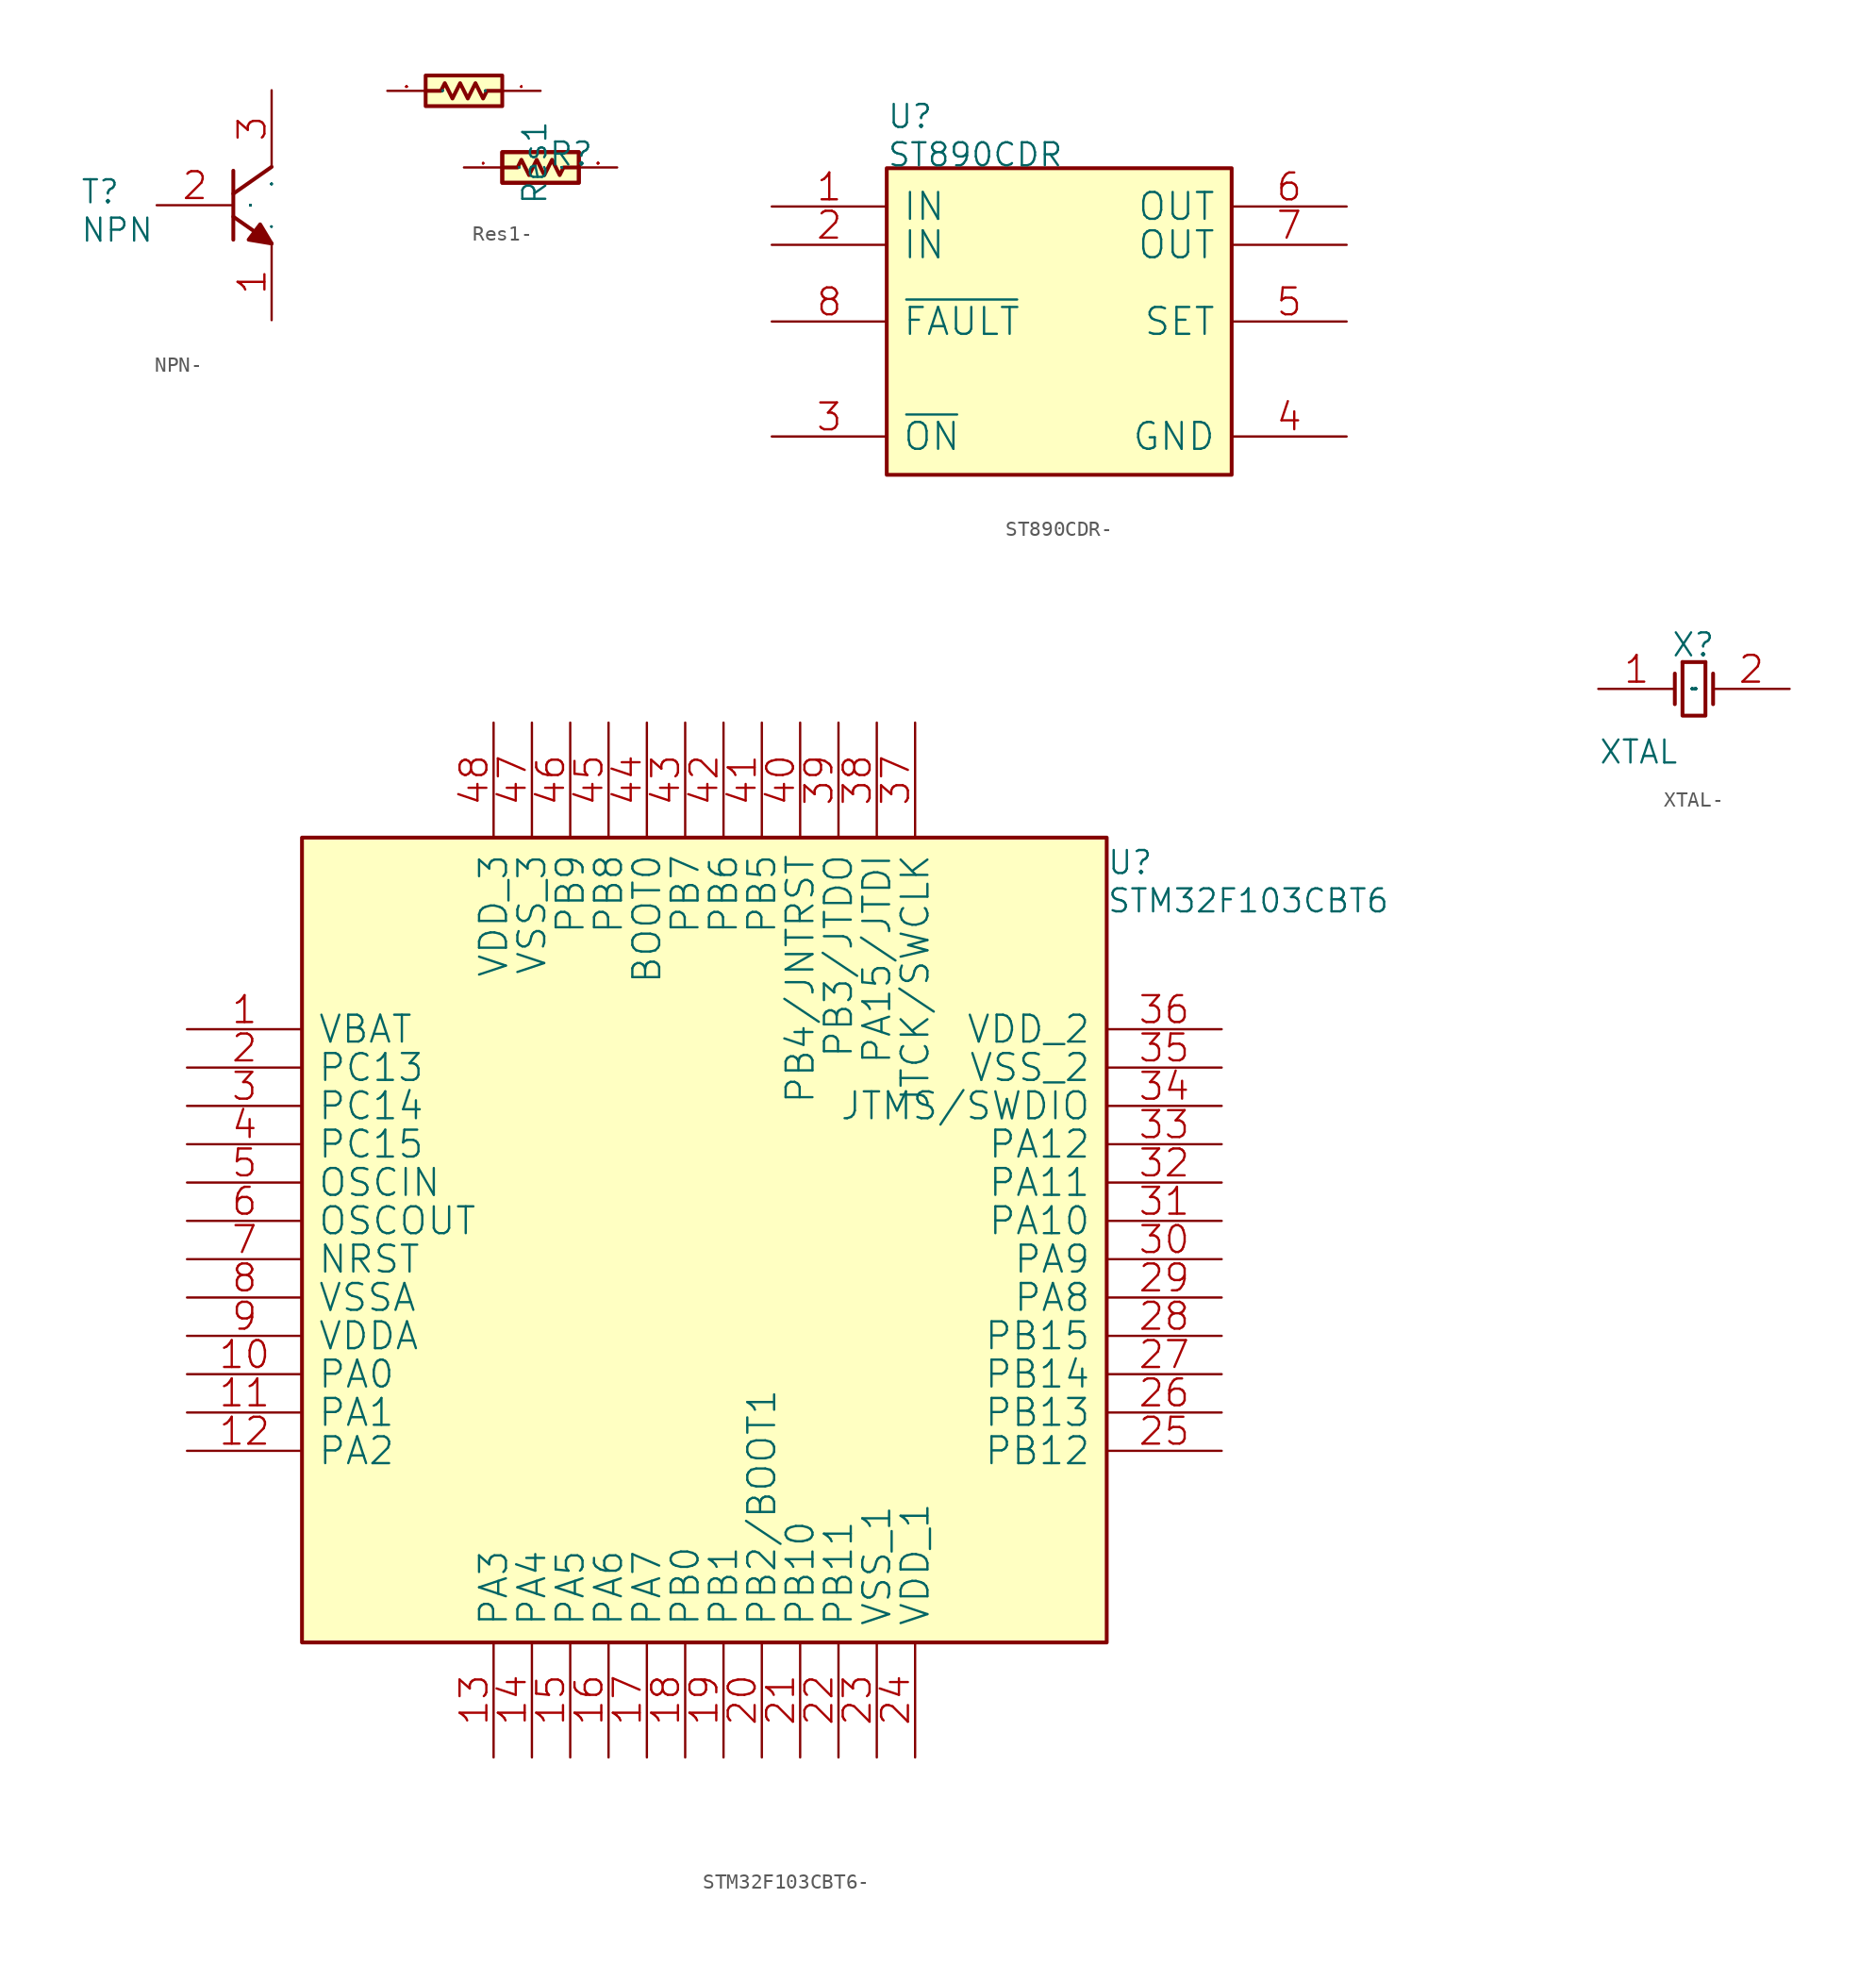
<source format=kicad_sym>
(kicad_symbol_lib
  (version 20220914)
  (generator kicad_symbol_editor)
  (symbol "NPN-"
    (pin_names
      (offset 1.016))
    (property "Reference" "T"
      (at -10.16 -2.54 0)
      (effects (font (size 1.524 1.524)) (justify left bottom)))
    (property "Value" "NPN"
      (at -10.16 -5.08 0)
      (effects (font (size 1.524 1.524)) (justify left bottom)))
    (property "Footprint" ""
      (at 0 0 0)
      (effects (font (size 1.524 1.524))))
    (property "Datasheet" ""
      (at 0 0 0)
      (effects (font (size 1.524 1.524))))
    (symbol "NPN-_0_1"
      (polyline (pts (xy 0 -3.302) (xy 2.54 -5.08)) (stroke (width 0.254) (type solid)) (fill (type none)))
      (polyline (pts (xy 0 -0.254) (xy 0 -4.826)) (stroke (width 0.254) (type solid)) (fill (type none)))
      (polyline (pts (xy 2.54 0) (xy 0 -1.778)) (stroke (width 0.254) (type solid)) (fill (type none)))
      (polyline (pts (xy 2.54 -5.08) (xy 1.778 -3.81) (xy 1.016 -4.826) (xy 2.54 -5.08)) (stroke (width 0.254) (type solid)) (fill (type outline)))
      (pin passive line (at 2.54 -10.16 90) (length 5.08) (name "E" (effects (font (size 0.025 0.025)))) (number "1" (effects (font (size 1.778 1.778)))))
      (pin passive line (at -5.08 -2.54 0) (length 5.08) (name "B" (effects (font (size 0.025 0.025)))) (number "2" (effects (font (size 1.778 1.778)))))
      (pin passive line (at 2.54 5.08 270) (length 5.08) (name "C" (effects (font (size 0.025 0.025)))) (number "3" (effects (font (size 1.778 1.778)))))))
  (symbol "Res1-"
    (pin_names
      (offset 1.016))
    (property "Reference" "R"
      (at 3.048 -2.54 0)
      (effects (font (size 1.524 1.524)) (justify left bottom)))
    (property "Value" "Res1"
      (at 3.048 -5.08 90)
      (effects (font (size 1.524 1.524)) (justify left bottom)))
    (property "Footprint" ""
      (at 0 0 0)
      (effects (font (size 1.524 1.524))))
    (property "Datasheet" ""
      (at 0 0 0)
      (effects (font (size 1.524 1.524))))
    (symbol "Res1-_0_1"
      (rectangle (start 0 -1.524) (end 5.08 -3.556) (stroke (width 0.254) (type solid)) (fill (type background)))
      (polyline (pts (xy -5.08 2.54) (xy -4.064 2.54) (xy -3.81 3.048) (xy -3.302 2.032) (xy -2.794 3.048) (xy -2.286 2.032) (xy -1.778 3.048) (xy -1.27 2.032) (xy -1.016 2.54) (xy 0 2.54)) (stroke (width 0.254) (type solid)) (fill (type none)))
      (polyline (pts (xy 5.08 -2.54) (xy 4.064 -2.54) (xy 3.81 -3.048) (xy 3.302 -2.032) (xy 2.794 -3.048) (xy 2.286 -2.032) (xy 1.778 -3.048) (xy 1.27 -2.032) (xy 1.016 -2.54) (xy 0 -2.54)) (stroke (width 0.254) (type solid)) (fill (type none)))
      (rectangle (start 0 1.524) (end -5.08 3.556) (stroke (width 0.254) (type solid)) (fill (type background)))
      (rectangle (start 5.08 -1.524) (end 0 -3.556) (stroke (width 0.254) (type solid)) (fill (type background)))
      (pin passive line (at -2.54 -2.54 0) (length 2.54) (name "1" (effects (font (size 0.025 0.025)))) (number "1" (effects (font (size 0.025 0.025)))))
      (pin passive line (at 2.54 2.54 180) (length 2.54) (name "1" (effects (font (size 0.025 0.025)))) (number "1" (effects (font (size 0.025 0.025)))))
      (pin passive line (at -7.62 2.54 0) (length 2.54) (name "2" (effects (font (size 0.025 0.025)))) (number "2" (effects (font (size 0.025 0.025)))))
      (pin passive line (at 7.62 -2.54 180) (length 2.54) (name "2" (effects (font (size 0.025 0.025)))) (number "2" (effects (font (size 0.025 0.025)))))))
  (symbol "ST890CDR-"
    (pin_names
      (offset 1.016))
    (property "Reference" "U"
      (at 0 2.54 0)
      (effects (font (size 1.524 1.524)) (justify left bottom)))
    (property "Value" "ST890CDR"
      (at 0 0 0)
      (effects (font (size 1.524 1.524)) (justify left bottom)))
    (property "Footprint" ""
      (at 0 0 0)
      (effects (font (size 1.524 1.524))))
    (property "Datasheet" ""
      (at 0 0 0)
      (effects (font (size 1.524 1.524))))
    (symbol "ST890CDR-_0_1"
      (rectangle (start 0 -20.32) (end 22.86 0) (stroke (width 0.254) (type solid)) (fill (type background)))
      (pin passive line (at -7.62 -2.54 0) (length 7.62) (name "IN" (effects (font (size 1.778 1.778)))) (number "1" (effects (font (size 1.778 1.778)))))
      (pin passive line (at -7.62 -5.08 0) (length 7.62) (name "IN" (effects (font (size 1.778 1.778)))) (number "2" (effects (font (size 1.778 1.778)))))
      (pin passive line (at -7.62 -17.78 0) (length 7.62) (name "~{ON}" (effects (font (size 1.778 1.778)))) (number "3" (effects (font (size 1.778 1.778)))))
      (pin passive line (at 30.48 -17.78 180) (length 7.62) (name "GND" (effects (font (size 1.778 1.778)))) (number "4" (effects (font (size 1.778 1.778)))))
      (pin passive line (at 30.48 -10.16 180) (length 7.62) (name "SET" (effects (font (size 1.778 1.778)))) (number "5" (effects (font (size 1.778 1.778)))))
      (pin passive line (at 30.48 -2.54 180) (length 7.62) (name "OUT" (effects (font (size 1.778 1.778)))) (number "6" (effects (font (size 1.778 1.778)))))
      (pin passive line (at 30.48 -5.08 180) (length 7.62) (name "OUT" (effects (font (size 1.778 1.778)))) (number "7" (effects (font (size 1.778 1.778)))))
      (pin passive line (at -7.62 -10.16 0) (length 7.62) (name "~{FAULT}" (effects (font (size 1.778 1.778)))) (number "8" (effects (font (size 1.778 1.778)))))))
  (symbol "STM32F103CBT6-"
    (pin_names
      (offset 1.016))
    (property "Reference" "U"
      (at 53.34 -2.54 0)
      (effects (font (size 1.524 1.524)) (justify left bottom)))
    (property "Value" "STM32F103CBT6"
      (at 53.34 -5.08 0)
      (effects (font (size 1.524 1.524)) (justify left bottom)))
    (property "Footprint" ""
      (at 0 0 0)
      (effects (font (size 1.524 1.524))))
    (property "Datasheet" ""
      (at 0 0 0)
      (effects (font (size 1.524 1.524))))
    (symbol "STM32F103CBT6-_0_1"
      (rectangle (start 0 -53.34) (end 53.34 0) (stroke (width 0.254) (type solid)) (fill (type background)))
      (pin power_in line (at -7.62 -12.7 0) (length 7.62) (name "VBAT" (effects (font (size 1.778 1.778)))) (number "1" (effects (font (size 1.778 1.778)))))
      (pin bidirectional line (at -7.62 -35.56 0) (length 7.62) (name "PA0" (effects (font (size 1.778 1.778)))) (number "10" (effects (font (size 1.778 1.778)))))
      (pin bidirectional line (at -7.62 -38.1 0) (length 7.62) (name "PA1" (effects (font (size 1.778 1.778)))) (number "11" (effects (font (size 1.778 1.778)))))
      (pin bidirectional line (at -7.62 -40.64 0) (length 7.62) (name "PA2" (effects (font (size 1.778 1.778)))) (number "12" (effects (font (size 1.778 1.778)))))
      (pin bidirectional line (at 12.7 -60.96 90) (length 7.62) (name "PA3" (effects (font (size 1.778 1.778)))) (number "13" (effects (font (size 1.778 1.778)))))
      (pin bidirectional line (at 15.24 -60.96 90) (length 7.62) (name "PA4" (effects (font (size 1.778 1.778)))) (number "14" (effects (font (size 1.778 1.778)))))
      (pin bidirectional line (at 17.78 -60.96 90) (length 7.62) (name "PA5" (effects (font (size 1.778 1.778)))) (number "15" (effects (font (size 1.778 1.778)))))
      (pin bidirectional line (at 20.32 -60.96 90) (length 7.62) (name "PA6" (effects (font (size 1.778 1.778)))) (number "16" (effects (font (size 1.778 1.778)))))
      (pin bidirectional line (at 22.86 -60.96 90) (length 7.62) (name "PA7" (effects (font (size 1.778 1.778)))) (number "17" (effects (font (size 1.778 1.778)))))
      (pin bidirectional line (at 25.4 -60.96 90) (length 7.62) (name "PB0" (effects (font (size 1.778 1.778)))) (number "18" (effects (font (size 1.778 1.778)))))
      (pin input line (at 27.94 -60.96 90) (length 7.62) (name "PB1" (effects (font (size 1.778 1.778)))) (number "19" (effects (font (size 1.778 1.778)))))
      (pin bidirectional line (at -7.62 -15.24 0) (length 7.62) (name "PC13" (effects (font (size 1.778 1.778)))) (number "2" (effects (font (size 1.778 1.778)))))
      (pin bidirectional line (at 30.48 -60.96 90) (length 7.62) (name "PB2/BOOT1" (effects (font (size 1.778 1.778)))) (number "20" (effects (font (size 1.778 1.778)))))
      (pin bidirectional line (at 33.02 -60.96 90) (length 7.62) (name "PB10" (effects (font (size 1.778 1.778)))) (number "21" (effects (font (size 1.778 1.778)))))
      (pin bidirectional line (at 35.56 -60.96 90) (length 7.62) (name "PB11" (effects (font (size 1.778 1.778)))) (number "22" (effects (font (size 1.778 1.778)))))
      (pin power_in line (at 38.1 -60.96 90) (length 7.62) (name "VSS_1" (effects (font (size 1.778 1.778)))) (number "23" (effects (font (size 1.778 1.778)))))
      (pin power_in line (at 40.64 -60.96 90) (length 7.62) (name "VDD_1" (effects (font (size 1.778 1.778)))) (number "24" (effects (font (size 1.778 1.778)))))
      (pin bidirectional line (at 60.96 -40.64 180) (length 7.62) (name "PB12" (effects (font (size 1.778 1.778)))) (number "25" (effects (font (size 1.778 1.778)))))
      (pin bidirectional line (at 60.96 -38.1 180) (length 7.62) (name "PB13" (effects (font (size 1.778 1.778)))) (number "26" (effects (font (size 1.778 1.778)))))
      (pin bidirectional line (at 60.96 -35.56 180) (length 7.62) (name "PB14" (effects (font (size 1.778 1.778)))) (number "27" (effects (font (size 1.778 1.778)))))
      (pin bidirectional line (at 60.96 -33.02 180) (length 7.62) (name "PB15" (effects (font (size 1.778 1.778)))) (number "28" (effects (font (size 1.778 1.778)))))
      (pin bidirectional line (at 60.96 -30.48 180) (length 7.62) (name "PA8" (effects (font (size 1.778 1.778)))) (number "29" (effects (font (size 1.778 1.778)))))
      (pin bidirectional line (at -7.62 -17.78 0) (length 7.62) (name "PC14" (effects (font (size 1.778 1.778)))) (number "3" (effects (font (size 1.778 1.778)))))
      (pin bidirectional line (at 60.96 -27.94 180) (length 7.62) (name "PA9" (effects (font (size 1.778 1.778)))) (number "30" (effects (font (size 1.778 1.778)))))
      (pin bidirectional line (at 60.96 -25.4 180) (length 7.62) (name "PA10" (effects (font (size 1.778 1.778)))) (number "31" (effects (font (size 1.778 1.778)))))
      (pin bidirectional line (at 60.96 -22.86 180) (length 7.62) (name "PA11" (effects (font (size 1.778 1.778)))) (number "32" (effects (font (size 1.778 1.778)))))
      (pin bidirectional line (at 60.96 -20.32 180) (length 7.62) (name "PA12" (effects (font (size 1.778 1.778)))) (number "33" (effects (font (size 1.778 1.778)))))
      (pin bidirectional line (at 60.96 -17.78 180) (length 7.62) (name "JTMS/SWDIO" (effects (font (size 1.778 1.778)))) (number "34" (effects (font (size 1.778 1.778)))))
      (pin power_in line (at 60.96 -15.24 180) (length 7.62) (name "VSS_2" (effects (font (size 1.778 1.778)))) (number "35" (effects (font (size 1.778 1.778)))))
      (pin power_in line (at 60.96 -12.7 180) (length 7.62) (name "VDD_2" (effects (font (size 1.778 1.778)))) (number "36" (effects (font (size 1.778 1.778)))))
      (pin bidirectional line (at 40.64 7.62 270) (length 7.62) (name "JTCK/SWCLK" (effects (font (size 1.778 1.778)))) (number "37" (effects (font (size 1.778 1.778)))))
      (pin bidirectional line (at 38.1 7.62 270) (length 7.62) (name "PA15/JTDI" (effects (font (size 1.778 1.778)))) (number "38" (effects (font (size 1.778 1.778)))))
      (pin bidirectional line (at 35.56 7.62 270) (length 7.62) (name "PB3/JTDO" (effects (font (size 1.778 1.778)))) (number "39" (effects (font (size 1.778 1.778)))))
      (pin bidirectional line (at -7.62 -20.32 0) (length 7.62) (name "PC15" (effects (font (size 1.778 1.778)))) (number "4" (effects (font (size 1.778 1.778)))))
      (pin bidirectional line (at 33.02 7.62 270) (length 7.62) (name "PB4/JNTRST" (effects (font (size 1.778 1.778)))) (number "40" (effects (font (size 1.778 1.778)))))
      (pin bidirectional line (at 30.48 7.62 270) (length 7.62) (name "PB5" (effects (font (size 1.778 1.778)))) (number "41" (effects (font (size 1.778 1.778)))))
      (pin bidirectional line (at 27.94 7.62 270) (length 7.62) (name "PB6" (effects (font (size 1.778 1.778)))) (number "42" (effects (font (size 1.778 1.778)))))
      (pin bidirectional line (at 25.4 7.62 270) (length 7.62) (name "PB7" (effects (font (size 1.778 1.778)))) (number "43" (effects (font (size 1.778 1.778)))))
      (pin bidirectional line (at 22.86 7.62 270) (length 7.62) (name "BOOT0" (effects (font (size 1.778 1.778)))) (number "44" (effects (font (size 1.778 1.778)))))
      (pin bidirectional line (at 20.32 7.62 270) (length 7.62) (name "PB8" (effects (font (size 1.778 1.778)))) (number "45" (effects (font (size 1.778 1.778)))))
      (pin bidirectional line (at 17.78 7.62 270) (length 7.62) (name "PB9" (effects (font (size 1.778 1.778)))) (number "46" (effects (font (size 1.778 1.778)))))
      (pin power_in line (at 15.24 7.62 270) (length 7.62) (name "VSS_3" (effects (font (size 1.778 1.778)))) (number "47" (effects (font (size 1.778 1.778)))))
      (pin power_in line (at 12.7 7.62 270) (length 7.62) (name "VDD_3" (effects (font (size 1.778 1.778)))) (number "48" (effects (font (size 1.778 1.778)))))
      (pin input line (at -7.62 -22.86 0) (length 7.62) (name "OSCIN" (effects (font (size 1.778 1.778)))) (number "5" (effects (font (size 1.778 1.778)))))
      (pin output line (at -7.62 -25.4 0) (length 7.62) (name "OSCOUT" (effects (font (size 1.778 1.778)))) (number "6" (effects (font (size 1.778 1.778)))))
      (pin input line (at -7.62 -27.94 0) (length 7.62) (name "NRST" (effects (font (size 1.778 1.778)))) (number "7" (effects (font (size 1.778 1.778)))))
      (pin power_in line (at -7.62 -30.48 0) (length 7.62) (name "VSSA" (effects (font (size 1.778 1.778)))) (number "8" (effects (font (size 1.778 1.778)))))
      (pin power_in line (at -7.62 -33.02 0) (length 7.62) (name "VDDA" (effects (font (size 1.778 1.778)))) (number "9" (effects (font (size 1.778 1.778)))))))
  (symbol "XTAL-"
    (pin_names
      (offset 1.016))
    (property "Reference" "X"
      (at -0.254 -0.508 0)
      (effects (font (size 1.524 1.524)) (justify left bottom)))
    (property "Value" "XTAL"
      (at -5.08 -7.62 0)
      (effects (font (size 1.524 1.524)) (justify left bottom)))
    (property "Footprint" ""
      (at 0 0 0)
      (effects (font (size 1.524 1.524))))
    (property "Datasheet" ""
      (at 0 0 0)
      (effects (font (size 1.524 1.524))))
    (symbol "XTAL-_0_1"
      (polyline (pts (xy 0 -1.524) (xy 0 -3.556)) (stroke (width 0.254) (type solid)) (fill (type none)))
      (polyline (pts (xy 0.508 -0.762) (xy 2.032 -0.762)) (stroke (width 0.254) (type solid)) (fill (type none)))
      (polyline (pts (xy 2.54 -1.524) (xy 2.54 -3.556)) (stroke (width 0.254) (type solid)) (fill (type none)))
      (polyline (pts (xy 2.032 -0.762) (xy 2.032 -4.318) (xy 0.508 -4.318) (xy 0.508 -0.762)) (stroke (width 0.254) (type solid)) (fill (type none)))
      (pin passive line (at -5.08 -2.54 0) (length 5.08) (name "OSC1" (effects (font (size 0.025 0.025)))) (number "1" (effects (font (size 1.778 1.778)))))
      (pin passive line (at 7.62 -2.54 180) (length 5.08) (name "OSC2" (effects (font (size 0.025 0.025)))) (number "2" (effects (font (size 1.778 1.778))))))))
</source>
